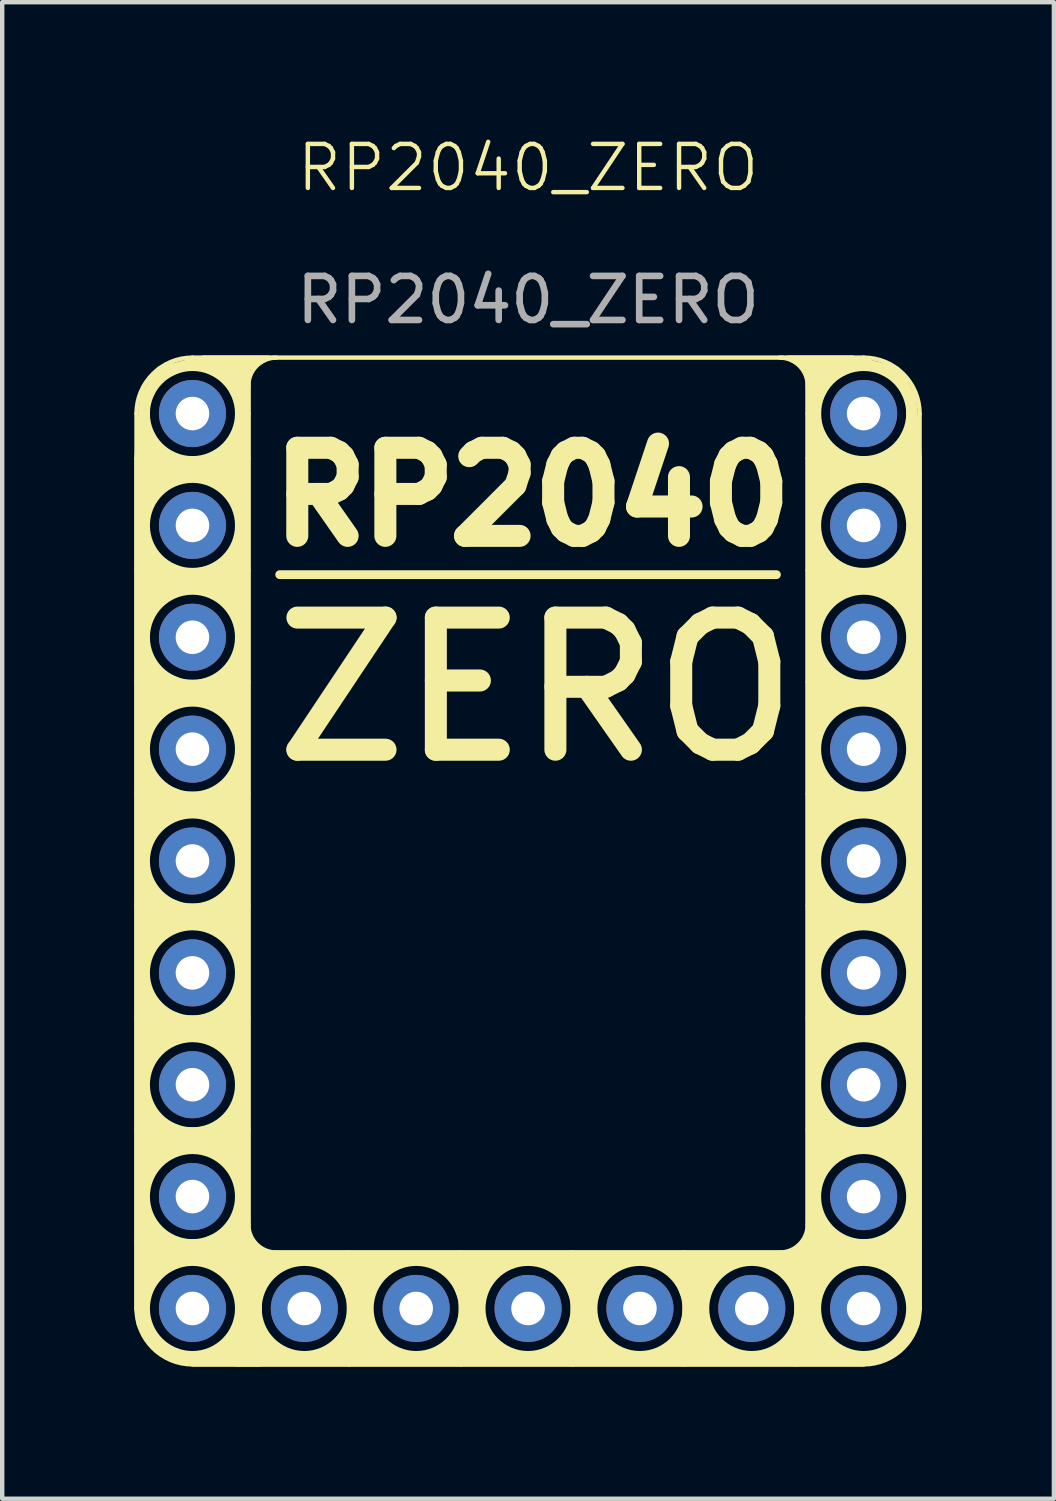
<source format=kicad_pcb>
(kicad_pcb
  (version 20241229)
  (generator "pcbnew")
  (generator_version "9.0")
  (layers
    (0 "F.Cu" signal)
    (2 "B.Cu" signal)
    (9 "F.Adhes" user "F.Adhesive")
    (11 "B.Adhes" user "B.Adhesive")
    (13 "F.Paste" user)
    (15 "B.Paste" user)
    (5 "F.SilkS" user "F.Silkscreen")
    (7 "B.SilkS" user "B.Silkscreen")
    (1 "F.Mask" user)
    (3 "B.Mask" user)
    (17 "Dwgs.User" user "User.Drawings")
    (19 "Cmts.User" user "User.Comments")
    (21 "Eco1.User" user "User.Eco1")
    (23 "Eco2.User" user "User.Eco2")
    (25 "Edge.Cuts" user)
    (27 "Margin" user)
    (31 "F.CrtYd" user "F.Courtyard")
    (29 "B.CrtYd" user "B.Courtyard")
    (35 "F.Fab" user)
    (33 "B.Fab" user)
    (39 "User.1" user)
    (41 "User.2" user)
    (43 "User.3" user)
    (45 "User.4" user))
  (footprint "RP2040_ZERO"
    (layer "F.Cu")
    (at 8.94 1.26)
    (property "Reference" "RP2040_ZERO" (at 0 -0.5 0) (unlocked yes) (layer "F.SilkS") (effects (font (size 1 1) (thickness 0.1))))
    (attr through_hole)
    (fp_line (start -8.89 5.08) (end -8.89 25.4) (stroke (width 0.1) (type default)) (layer "F.SilkS"))
    (fp_line (start -7.62 3.81) (end 7.62 3.81) (stroke (width 0.1) (type default)) (layer "F.SilkS"))
    (fp_line (start -7.62 26.67) (end 7.62 26.67) (stroke (width 0.1) (type default)) (layer "F.SilkS"))
    (fp_line (start -6.35 5.08) (end -6.35 4.445) (stroke (width 0.1) (type default)) (layer "F.SilkS"))
    (fp_line (start -6.35 5.08) (end -6.35 23.495) (stroke (width 0.1) (type default)) (layer "F.SilkS"))
    (fp_line (start -5.715 24.13) (end 5.715 24.13) (stroke (width 0.1) (type default)) (layer "F.SilkS"))
    (fp_line (start -5.639 8.738) (end 5.639 8.738) (stroke (width 0.2) (type default)) (layer "F.SilkS"))
    (fp_line (start 6.35 5.08) (end 6.35 4.445) (stroke (width 0.1) (type default)) (layer "F.SilkS"))
    (fp_line (start 6.35 23.495) (end 6.35 5.08) (stroke (width 0.1) (type default)) (layer "F.SilkS"))
    (fp_line (start 8.89 5.08) (end 8.89 25.4) (stroke (width 0.1) (type default)) (layer "F.SilkS"))
    (fp_arc (start -8.89 5.08) (mid -8.518026 4.181974) (end -7.62 3.81) (stroke (width 0.1) (type default)) (layer "F.SilkS"))
    (fp_arc (start -7.62 26.67) (mid -8.518026 26.298026) (end -8.89 25.4) (stroke (width 0.1) (type default)) (layer "F.SilkS"))
    (fp_arc (start -6.35 4.445) (mid -6.164013 3.995987) (end -5.715 3.81) (stroke (width 0.1) (type default)) (layer "F.SilkS"))
    (fp_arc (start -5.715 24.13) (mid -6.164013 23.944013) (end -6.35 23.495) (stroke (width 0.1) (type default)) (layer "F.SilkS"))
    (fp_arc (start 5.715 3.81) (mid 6.164013 3.995987) (end 6.35 4.445) (stroke (width 0.1) (type default)) (layer "F.SilkS"))
    (fp_arc (start 6.35 23.495) (mid 6.164013 23.944013) (end 5.715 24.13) (stroke (width 0.1) (type default)) (layer "F.SilkS"))
    (fp_arc (start 7.62 3.81) (mid 8.518026 4.181974) (end 8.89 5.08) (stroke (width 0.1) (type default)) (layer "F.SilkS"))
    (fp_arc (start 8.89 25.4) (mid 8.518026 26.298026) (end 7.62 26.67) (stroke (width 0.1) (type default)) (layer "F.SilkS"))
    (fp_circle (center -7.62 5.08) (end -7.62 6.096) (stroke (width 0.1) (type default)) (fill no) (layer "F.SilkS"))
    (fp_circle (center -7.62 7.62) (end -7.62 8.636) (stroke (width 0.1) (type default)) (fill no) (layer "F.SilkS"))
    (fp_circle (center -7.62 10.16) (end -7.62 11.176) (stroke (width 0.1) (type default)) (fill no) (layer "F.SilkS"))
    (fp_circle (center -7.62 12.7) (end -7.62 13.716) (stroke (width 0.1) (type default)) (fill no) (layer "F.SilkS"))
    (fp_circle (center -7.62 15.24) (end -7.62 16.256) (stroke (width 0.1) (type default)) (fill no) (layer "F.SilkS"))
    (fp_circle (center -7.62 17.78) (end -7.62 18.796) (stroke (width 0.1) (type default)) (fill no) (layer "F.SilkS"))
    (fp_circle (center -7.62 20.32) (end -7.62 21.336) (stroke (width 0.1) (type default)) (fill no) (layer "F.SilkS"))
    (fp_circle (center -7.62 22.86) (end -7.62 23.876) (stroke (width 0.1) (type default)) (fill no) (layer "F.SilkS"))
    (fp_circle (center -7.62 25.4) (end -7.62 26.416) (stroke (width 0.1) (type default)) (fill no) (layer "F.SilkS"))
    (fp_circle (center -5.08 25.4) (end -5.08 26.416) (stroke (width 0.1) (type default)) (fill no) (layer "F.SilkS"))
    (fp_circle (center -2.54 25.4) (end -2.54 26.416) (stroke (width 0.1) (type default)) (fill no) (layer "F.SilkS"))
    (fp_circle (center 0 25.4) (end 0 26.416) (stroke (width 0.1) (type default)) (fill no) (layer "F.SilkS"))
    (fp_circle (center 2.54 25.4) (end 2.54 26.416) (stroke (width 0.1) (type default)) (fill no) (layer "F.SilkS"))
    (fp_circle (center 5.08 25.4) (end 5.08 26.416) (stroke (width 0.1) (type default)) (fill no) (layer "F.SilkS"))
    (fp_circle (center 7.62 5.08) (end 7.62 6.096) (stroke (width 0.1) (type default)) (fill no) (layer "F.SilkS"))
    (fp_circle (center 7.62 7.62) (end 7.62 8.636) (stroke (width 0.1) (type default)) (fill no) (layer "F.SilkS"))
    (fp_circle (center 7.62 10.16) (end 7.62 11.176) (stroke (width 0.1) (type default)) (fill no) (layer "F.SilkS"))
    (fp_circle (center 7.62 12.7) (end 7.62 13.716) (stroke (width 0.1) (type default)) (fill no) (layer "F.SilkS"))
    (fp_circle (center 7.62 15.24) (end 7.62 16.256) (stroke (width 0.1) (type default)) (fill no) (layer "F.SilkS"))
    (fp_circle (center 7.62 17.78) (end 7.62 18.796) (stroke (width 0.1) (type default)) (fill no) (layer "F.SilkS"))
    (fp_circle (center 7.62 20.32) (end 7.62 21.336) (stroke (width 0.1) (type default)) (fill no) (layer "F.SilkS"))
    (fp_circle (center 7.62 22.86) (end 7.62 23.876) (stroke (width 0.1) (type default)) (fill no) (layer "F.SilkS"))
    (fp_circle (center 7.62 25.4) (end 7.62 26.416) (stroke (width 0.1) (type default)) (fill no) (layer "F.SilkS"))
    (fp_poly (pts (xy -5.893 3.81) (xy -7.366 3.81) (xy -8.382 4.064) (xy -8.763 4.699) (xy -8.89 6.096) (xy -7.874 6.096) (xy -8.382 5.842) (xy -8.636 5.334) (xy -8.636 4.826) (xy -8.382 4.318) (xy -7.874 4.064) (xy -7.366 4.064) (xy -6.858 4.318) (xy -6.604 4.826) (xy -6.604 5.334) (xy -6.858 5.842) (xy -7.366 6.096) (xy -6.35 6.096) (xy -6.35 4.064)) (stroke (width 0.1) (type solid)) (fill yes) (layer "F.SilkS"))
    (fp_poly (pts (xy 5.893 3.81) (xy 7.366 3.81) (xy 8.382 4.064) (xy 8.763 4.699) (xy 8.89 6.096) (xy 7.874 6.096) (xy 8.382 5.842) (xy 8.636 5.334) (xy 8.636 4.826) (xy 8.382 4.318) (xy 7.874 4.064) (xy 7.366 4.064) (xy 6.858 4.318) (xy 6.604 4.826) (xy 6.604 5.334) (xy 6.858 5.842) (xy 7.366 6.096) (xy 6.35 6.096) (xy 6.35 4.064)) (stroke (width 0.1) (type solid)) (fill yes) (layer "F.SilkS"))
    (fp_poly (pts (xy -8.636 7.874) (xy -8.585 8.026) (xy -8.484 8.23) (xy -8.331 8.433) (xy -7.823 8.636) (xy -8.89 8.636) (xy -8.89 6.096) (xy -6.35 6.096) (xy -6.35 8.636) (xy -7.468 8.636) (xy -7.01 8.534) (xy -6.807 8.28) (xy -6.604 7.976) (xy -6.553 7.518) (xy -6.655 7.112) (xy -6.909 6.807) (xy -7.315 6.604) (xy -7.772 6.553) (xy -8.28 6.756) (xy -8.585 7.163) (xy -8.687 7.569)) (stroke (width 0.1) (type solid)) (fill yes) (layer "F.SilkS"))
    (fp_poly (pts (xy -8.636 10.414) (xy -8.585 10.566) (xy -8.484 10.77) (xy -8.331 10.973) (xy -7.823 11.176) (xy -8.89 11.176) (xy -8.89 8.636) (xy -6.35 8.636) (xy -6.35 11.176) (xy -7.468 11.176) (xy -7.01 11.074) (xy -6.807 10.82) (xy -6.604 10.516) (xy -6.553 10.058) (xy -6.655 9.652) (xy -6.909 9.347) (xy -7.315 9.144) (xy -7.772 9.093) (xy -8.28 9.296) (xy -8.585 9.703) (xy -8.687 10.109)) (stroke (width 0.1) (type solid)) (fill yes) (layer "F.SilkS"))
    (fp_poly (pts (xy -8.636 12.954) (xy -8.585 13.106) (xy -8.484 13.31) (xy -8.331 13.513) (xy -7.823 13.716) (xy -8.89 13.716) (xy -8.89 11.176) (xy -6.35 11.176) (xy -6.35 13.716) (xy -7.468 13.716) (xy -7.01 13.614) (xy -6.807 13.36) (xy -6.604 13.056) (xy -6.553 12.598) (xy -6.655 12.192) (xy -6.909 11.887) (xy -7.315 11.684) (xy -7.772 11.633) (xy -8.28 11.836) (xy -8.585 12.243) (xy -8.687 12.649)) (stroke (width 0.1) (type solid)) (fill yes) (layer "F.SilkS"))
    (fp_poly (pts (xy -8.636 15.494) (xy -8.585 15.646) (xy -8.484 15.85) (xy -8.331 16.053) (xy -7.823 16.256) (xy -8.89 16.256) (xy -8.89 13.716) (xy -6.35 13.716) (xy -6.35 16.256) (xy -7.468 16.256) (xy -7.01 16.154) (xy -6.807 15.9) (xy -6.604 15.596) (xy -6.553 15.138) (xy -6.655 14.732) (xy -6.909 14.427) (xy -7.315 14.224) (xy -7.772 14.173) (xy -8.28 14.376) (xy -8.585 14.783) (xy -8.687 15.189)) (stroke (width 0.1) (type solid)) (fill yes) (layer "F.SilkS"))
    (fp_poly (pts (xy -8.636 18.034) (xy -8.585 18.186) (xy -8.484 18.39) (xy -8.331 18.593) (xy -7.823 18.796) (xy -8.89 18.796) (xy -8.89 16.256) (xy -6.35 16.256) (xy -6.35 18.796) (xy -7.468 18.796) (xy -7.01 18.694) (xy -6.807 18.44) (xy -6.604 18.136) (xy -6.553 17.678) (xy -6.655 17.272) (xy -6.909 16.967) (xy -7.315 16.764) (xy -7.772 16.713) (xy -8.28 16.916) (xy -8.585 17.323) (xy -8.687 17.729)) (stroke (width 0.1) (type solid)) (fill yes) (layer "F.SilkS"))
    (fp_poly (pts (xy -8.636 20.574) (xy -8.585 20.726) (xy -8.484 20.93) (xy -8.331 21.133) (xy -7.823 21.336) (xy -8.89 21.336) (xy -8.89 18.796) (xy -6.35 18.796) (xy -6.35 21.336) (xy -7.468 21.336) (xy -7.01 21.234) (xy -6.807 20.98) (xy -6.604 20.676) (xy -6.553 20.218) (xy -6.655 19.812) (xy -6.909 19.507) (xy -7.315 19.304) (xy -7.772 19.253) (xy -8.28 19.456) (xy -8.585 19.863) (xy -8.687 20.269)) (stroke (width 0.1) (type solid)) (fill yes) (layer "F.SilkS"))
    (fp_poly (pts (xy -6.604 23.114) (xy -6.655 23.266) (xy -6.756 23.47) (xy -6.909 23.673) (xy -7.417 23.876) (xy -6.35 23.876) (xy -6.35 21.336) (xy -8.89 21.336) (xy -8.89 23.876) (xy -7.772 23.876) (xy -8.23 23.774) (xy -8.433 23.52) (xy -8.636 23.216) (xy -8.687 22.758) (xy -8.585 22.352) (xy -8.331 22.047) (xy -7.925 21.844) (xy -7.468 21.793) (xy -6.96 21.996) (xy -6.655 22.403) (xy -6.553 22.809)) (stroke (width 0.1) (type solid)) (fill yes) (layer "F.SilkS"))
    (fp_poly (pts (xy -4.826 24.384) (xy -4.674 24.435) (xy -4.47 24.536) (xy -4.267 24.689) (xy -4.064 25.197) (xy -4.064 24.13) (xy -6.604 24.13) (xy -6.604 26.67) (xy -4.064 26.67) (xy -4.064 25.552) (xy -4.166 26.01) (xy -4.42 26.213) (xy -4.724 26.416) (xy -5.182 26.467) (xy -5.588 26.365) (xy -5.893 26.111) (xy -6.096 25.705) (xy -6.147 25.248) (xy -5.944 24.74) (xy -5.537 24.435) (xy -5.131 24.333)) (stroke (width 0.1) (type solid)) (fill yes) (layer "F.SilkS"))
    (fp_poly (pts (xy -2.286 24.384) (xy -2.134 24.435) (xy -1.93 24.536) (xy -1.727 24.689) (xy -1.524 25.197) (xy -1.524 24.13) (xy -4.064 24.13) (xy -4.064 26.67) (xy -1.524 26.67) (xy -1.524 25.552) (xy -1.626 26.01) (xy -1.88 26.213) (xy -2.184 26.416) (xy -2.642 26.467) (xy -3.048 26.365) (xy -3.353 26.111) (xy -3.556 25.705) (xy -3.607 25.248) (xy -3.404 24.74) (xy -2.997 24.435) (xy -2.591 24.333)) (stroke (width 0.1) (type solid)) (fill yes) (layer "F.SilkS"))
    (fp_poly (pts (xy 0.254 24.384) (xy 0.406 24.435) (xy 0.61 24.536) (xy 0.813 24.689) (xy 1.016 25.197) (xy 1.016 24.13) (xy -1.524 24.13) (xy -1.524 26.67) (xy 1.016 26.67) (xy 1.016 25.552) (xy 0.914 26.01) (xy 0.66 26.213) (xy 0.356 26.416) (xy -0.102 26.467) (xy -0.508 26.365) (xy -0.813 26.111) (xy -1.016 25.705) (xy -1.067 25.248) (xy -0.864 24.74) (xy -0.457 24.435) (xy -0.051 24.333)) (stroke (width 0.1) (type solid)) (fill yes) (layer "F.SilkS"))
    (fp_poly (pts (xy 2.794 24.384) (xy 2.946 24.435) (xy 3.15 24.536) (xy 3.353 24.689) (xy 3.556 25.197) (xy 3.556 24.13) (xy 1.016 24.13) (xy 1.016 26.67) (xy 3.556 26.67) (xy 3.556 25.552) (xy 3.454 26.01) (xy 3.2 26.213) (xy 2.896 26.416) (xy 2.438 26.467) (xy 2.032 26.365) (xy 1.727 26.111) (xy 1.524 25.705) (xy 1.473 25.248) (xy 1.676 24.74) (xy 2.083 24.435) (xy 2.489 24.333)) (stroke (width 0.1) (type solid)) (fill yes) (layer "F.SilkS"))
    (fp_poly (pts (xy 5.334 24.384) (xy 5.486 24.435) (xy 5.69 24.536) (xy 5.893 24.689) (xy 6.096 25.197) (xy 6.096 24.13) (xy 3.556 24.13) (xy 3.556 26.67) (xy 6.096 26.67) (xy 6.096 25.552) (xy 5.994 26.01) (xy 5.74 26.213) (xy 5.436 26.416) (xy 4.978 26.467) (xy 4.572 26.365) (xy 4.267 26.111) (xy 4.064 25.705) (xy 4.013 25.248) (xy 4.216 24.74) (xy 4.623 24.435) (xy 5.029 24.333)) (stroke (width 0.1) (type solid)) (fill yes) (layer "F.SilkS"))
    (fp_poly (pts (xy 8.636 7.874) (xy 8.585 8.026) (xy 8.484 8.23) (xy 8.331 8.433) (xy 7.823 8.636) (xy 8.89 8.636) (xy 8.89 6.096) (xy 6.35 6.096) (xy 6.35 8.636) (xy 7.468 8.636) (xy 7.01 8.534) (xy 6.807 8.28) (xy 6.604 7.976) (xy 6.553 7.518) (xy 6.655 7.112) (xy 6.909 6.807) (xy 7.315 6.604) (xy 7.772 6.553) (xy 8.28 6.756) (xy 8.585 7.163) (xy 8.687 7.569)) (stroke (width 0.1) (type solid)) (fill yes) (layer "F.SilkS"))
    (fp_poly (pts (xy 8.636 10.414) (xy 8.585 10.566) (xy 8.484 10.77) (xy 8.331 10.973) (xy 7.823 11.176) (xy 8.89 11.176) (xy 8.89 8.636) (xy 6.35 8.636) (xy 6.35 11.176) (xy 7.468 11.176) (xy 7.01 11.074) (xy 6.807 10.82) (xy 6.604 10.516) (xy 6.553 10.058) (xy 6.655 9.652) (xy 6.909 9.347) (xy 7.315 9.144) (xy 7.772 9.093) (xy 8.28 9.296) (xy 8.585 9.703) (xy 8.687 10.109)) (stroke (width 0.1) (type solid)) (fill yes) (layer "F.SilkS"))
    (fp_poly (pts (xy 8.636 12.954) (xy 8.585 13.106) (xy 8.484 13.31) (xy 8.331 13.513) (xy 7.823 13.716) (xy 8.89 13.716) (xy 8.89 11.176) (xy 6.35 11.176) (xy 6.35 13.716) (xy 7.468 13.716) (xy 7.01 13.614) (xy 6.807 13.36) (xy 6.604 13.056) (xy 6.553 12.598) (xy 6.655 12.192) (xy 6.909 11.887) (xy 7.315 11.684) (xy 7.772 11.633) (xy 8.28 11.836) (xy 8.585 12.243) (xy 8.687 12.649)) (stroke (width 0.1) (type solid)) (fill yes) (layer "F.SilkS"))
    (fp_poly (pts (xy 8.636 15.494) (xy 8.585 15.646) (xy 8.484 15.85) (xy 8.331 16.053) (xy 7.823 16.256) (xy 8.89 16.256) (xy 8.89 13.716) (xy 6.35 13.716) (xy 6.35 16.256) (xy 7.468 16.256) (xy 7.01 16.154) (xy 6.807 15.9) (xy 6.604 15.596) (xy 6.553 15.138) (xy 6.655 14.732) (xy 6.909 14.427) (xy 7.315 14.224) (xy 7.772 14.173) (xy 8.28 14.376) (xy 8.585 14.783) (xy 8.687 15.189)) (stroke (width 0.1) (type solid)) (fill yes) (layer "F.SilkS"))
    (fp_poly (pts (xy 8.636 18.034) (xy 8.585 18.186) (xy 8.484 18.39) (xy 8.331 18.593) (xy 7.823 18.796) (xy 8.89 18.796) (xy 8.89 16.256) (xy 6.35 16.256) (xy 6.35 18.796) (xy 7.468 18.796) (xy 7.01 18.694) (xy 6.807 18.44) (xy 6.604 18.136) (xy 6.553 17.678) (xy 6.655 17.272) (xy 6.909 16.967) (xy 7.315 16.764) (xy 7.772 16.713) (xy 8.28 16.916) (xy 8.585 17.323) (xy 8.687 17.729)) (stroke (width 0.1) (type solid)) (fill yes) (layer "F.SilkS"))
    (fp_poly (pts (xy 8.636 20.574) (xy 8.585 20.726) (xy 8.484 20.93) (xy 8.331 21.133) (xy 7.823 21.336) (xy 8.89 21.336) (xy 8.89 18.796) (xy 6.35 18.796) (xy 6.35 21.336) (xy 7.468 21.336) (xy 7.01 21.234) (xy 6.807 20.98) (xy 6.604 20.676) (xy 6.553 20.218) (xy 6.655 19.812) (xy 6.909 19.507) (xy 7.315 19.304) (xy 7.772 19.253) (xy 8.28 19.456) (xy 8.585 19.863) (xy 8.687 20.269)) (stroke (width 0.1) (type solid)) (fill yes) (layer "F.SilkS"))
    (fp_poly (pts (xy 8.636 23.114) (xy 8.585 23.266) (xy 8.484 23.47) (xy 8.331 23.673) (xy 7.823 23.876) (xy 8.89 23.876) (xy 8.89 21.336) (xy 6.35 21.336) (xy 6.35 23.876) (xy 7.468 23.876) (xy 7.01 23.774) (xy 6.807 23.52) (xy 6.604 23.216) (xy 6.553 22.758) (xy 6.655 22.352) (xy 6.909 22.047) (xy 7.315 21.844) (xy 7.772 21.793) (xy 8.28 21.996) (xy 8.585 22.403) (xy 8.687 22.809)) (stroke (width 0.1) (type solid)) (fill yes) (layer "F.SilkS"))
    (fp_poly (pts (xy -7.62 26.467) (xy -8.026 26.416) (xy -8.382 26.111) (xy -8.636 25.756) (xy -8.687 25.349) (xy -8.585 24.943) (xy -8.28 24.587) (xy -7.874 24.384) (xy -7.468 24.333) (xy -7.061 24.486) (xy -6.807 24.74) (xy -6.604 25.095) (xy -6.553 25.349) (xy -6.604 25.705) (xy -6.756 26.01) (xy -6.96 26.213) (xy -7.264 26.416) (xy -7.569 26.467) (xy -7.569 26.67) (xy -6.096 26.67) (xy -6.096 24.13) (xy -5.994 24.13) (xy -6.299 23.825) (xy -6.35 23.876) (xy -8.89 23.876) (xy -8.89 25.4) (xy -8.839 25.756) (xy -8.687 26.06) (xy -8.433 26.365) (xy -8.077 26.568) (xy -7.722 26.619) (xy -7.569 26.67) (xy -7.569 26.416)) (stroke (width 0.1) (type solid)) (fill yes) (layer "F.SilkS"))
    (fp_poly (pts (xy 7.62 26.467) (xy 8.026 26.416) (xy 8.382 26.111) (xy 8.636 25.756) (xy 8.687 25.349) (xy 8.585 24.943) (xy 8.28 24.587) (xy 7.874 24.384) (xy 7.468 24.333) (xy 7.061 24.486) (xy 6.807 24.74) (xy 6.604 25.095) (xy 6.553 25.349) (xy 6.604 25.705) (xy 6.756 26.01) (xy 6.96 26.213) (xy 7.264 26.416) (xy 7.569 26.467) (xy 7.569 26.67) (xy 6.096 26.67) (xy 6.096 24.13) (xy 5.994 24.13) (xy 6.299 23.825) (xy 6.35 23.876) (xy 8.89 23.876) (xy 8.89 25.4) (xy 8.839 25.756) (xy 8.687 26.06) (xy 8.433 26.365) (xy 8.077 26.568) (xy 7.722 26.619) (xy 7.569 26.67) (xy 7.569 26.416)) (stroke (width 0.1) (type solid)) (fill yes) (layer "F.SilkS"))
    (fp_text user "ZERO" (at -5.994 13.106 0) (unlocked yes) (layer "F.SilkS") (effects (font (size 3 3) (thickness 0.5) (bold yes)) (justify left bottom)))
    (fp_text user "RP2040" (at -6.045 8.128 0) (unlocked yes) (layer "F.SilkS") (effects (font (size 2 2) (thickness 0.5) (bold yes)) (justify left bottom)))
    (fp_text user "${REFERENCE}" (at 0 2.5 0) (unlocked yes) (layer "F.Fab") (effects (font (size 1 1) (thickness 0.15))))
    (pad "1" thru_hole circle (at -7.62 5.08) (size 1.524 1.524) (drill 0.762) (layers "*.Cu" "*.Mask"))
    (pad "2" thru_hole circle (at -7.62 7.62) (size 1.524 1.524) (drill 0.762) (layers "*.Cu" "*.Mask"))
    (pad "3" thru_hole circle (at -7.62 10.16) (size 1.524 1.524) (drill 0.762) (layers "*.Cu" "*.Mask"))
    (pad "4" thru_hole circle (at -7.62 12.7) (size 1.524 1.524) (drill 0.762) (layers "*.Cu" "*.Mask"))
    (pad "5" thru_hole circle (at -7.62 15.24) (size 1.524 1.524) (drill 0.762) (layers "*.Cu" "*.Mask"))
    (pad "6" thru_hole circle (at -7.62 17.78) (size 1.524 1.524) (drill 0.762) (layers "*.Cu" "*.Mask"))
    (pad "7" thru_hole circle (at -7.62 20.32) (size 1.524 1.524) (drill 0.762) (layers "*.Cu" "*.Mask"))
    (pad "8" thru_hole circle (at -7.62 22.86) (size 1.524 1.524) (drill 0.762) (layers "*.Cu" "*.Mask"))
    (pad "9" thru_hole circle (at -7.62 25.4) (size 1.524 1.524) (drill 0.762) (layers "*.Cu" "*.Mask"))
    (pad "10" thru_hole circle (at -5.08 25.4) (size 1.524 1.524) (drill 0.762) (layers "*.Cu" "*.Mask"))
    (pad "11" thru_hole circle (at -2.54 25.4) (size 1.524 1.524) (drill 0.762) (layers "*.Cu" "*.Mask"))
    (pad "12" thru_hole circle (at 0 25.4) (size 1.524 1.524) (drill 0.762) (layers "*.Cu" "*.Mask"))
    (pad "13" thru_hole circle (at 2.54 25.4) (size 1.524 1.524) (drill 0.762) (layers "*.Cu" "*.Mask"))
    (pad "14" thru_hole circle (at 5.08 25.4) (size 1.524 1.524) (drill 0.762) (layers "*.Cu" "*.Mask"))
    (pad "15" thru_hole circle (at 7.62 25.4) (size 1.524 1.524) (drill 0.762) (layers "*.Cu" "*.Mask"))
    (pad "16" thru_hole circle (at 7.62 22.86) (size 1.524 1.524) (drill 0.762) (layers "*.Cu" "*.Mask"))
    (pad "17" thru_hole circle (at 7.62 20.32) (size 1.524 1.524) (drill 0.762) (layers "*.Cu" "*.Mask"))
    (pad "18" thru_hole circle (at 7.62 17.78) (size 1.524 1.524) (drill 0.762) (layers "*.Cu" "*.Mask"))
    (pad "19" thru_hole circle (at 7.62 15.24) (size 1.524 1.524) (drill 0.762) (layers "*.Cu" "*.Mask"))
    (pad "20" thru_hole circle (at 7.62 12.7) (size 1.524 1.524) (drill 0.762) (layers "*.Cu" "*.Mask"))
    (pad "21" thru_hole circle (at 7.62 10.16) (size 1.524 1.524) (drill 0.762) (layers "*.Cu" "*.Mask"))
    (pad "22" thru_hole circle (at 7.62 7.62) (size 1.524 1.524) (drill 0.762) (layers "*.Cu" "*.Mask"))
    (pad "23" thru_hole circle (at 7.62 5.08) (size 1.524 1.524) (drill 0.762) (layers "*.Cu" "*.Mask")))
  (gr_rect
    (start -3 -3)
    (end 20.88 30.98)
    (stroke (width 0.1) (type default))
    (fill no)
    (layer "Edge.Cuts")))
</source>
